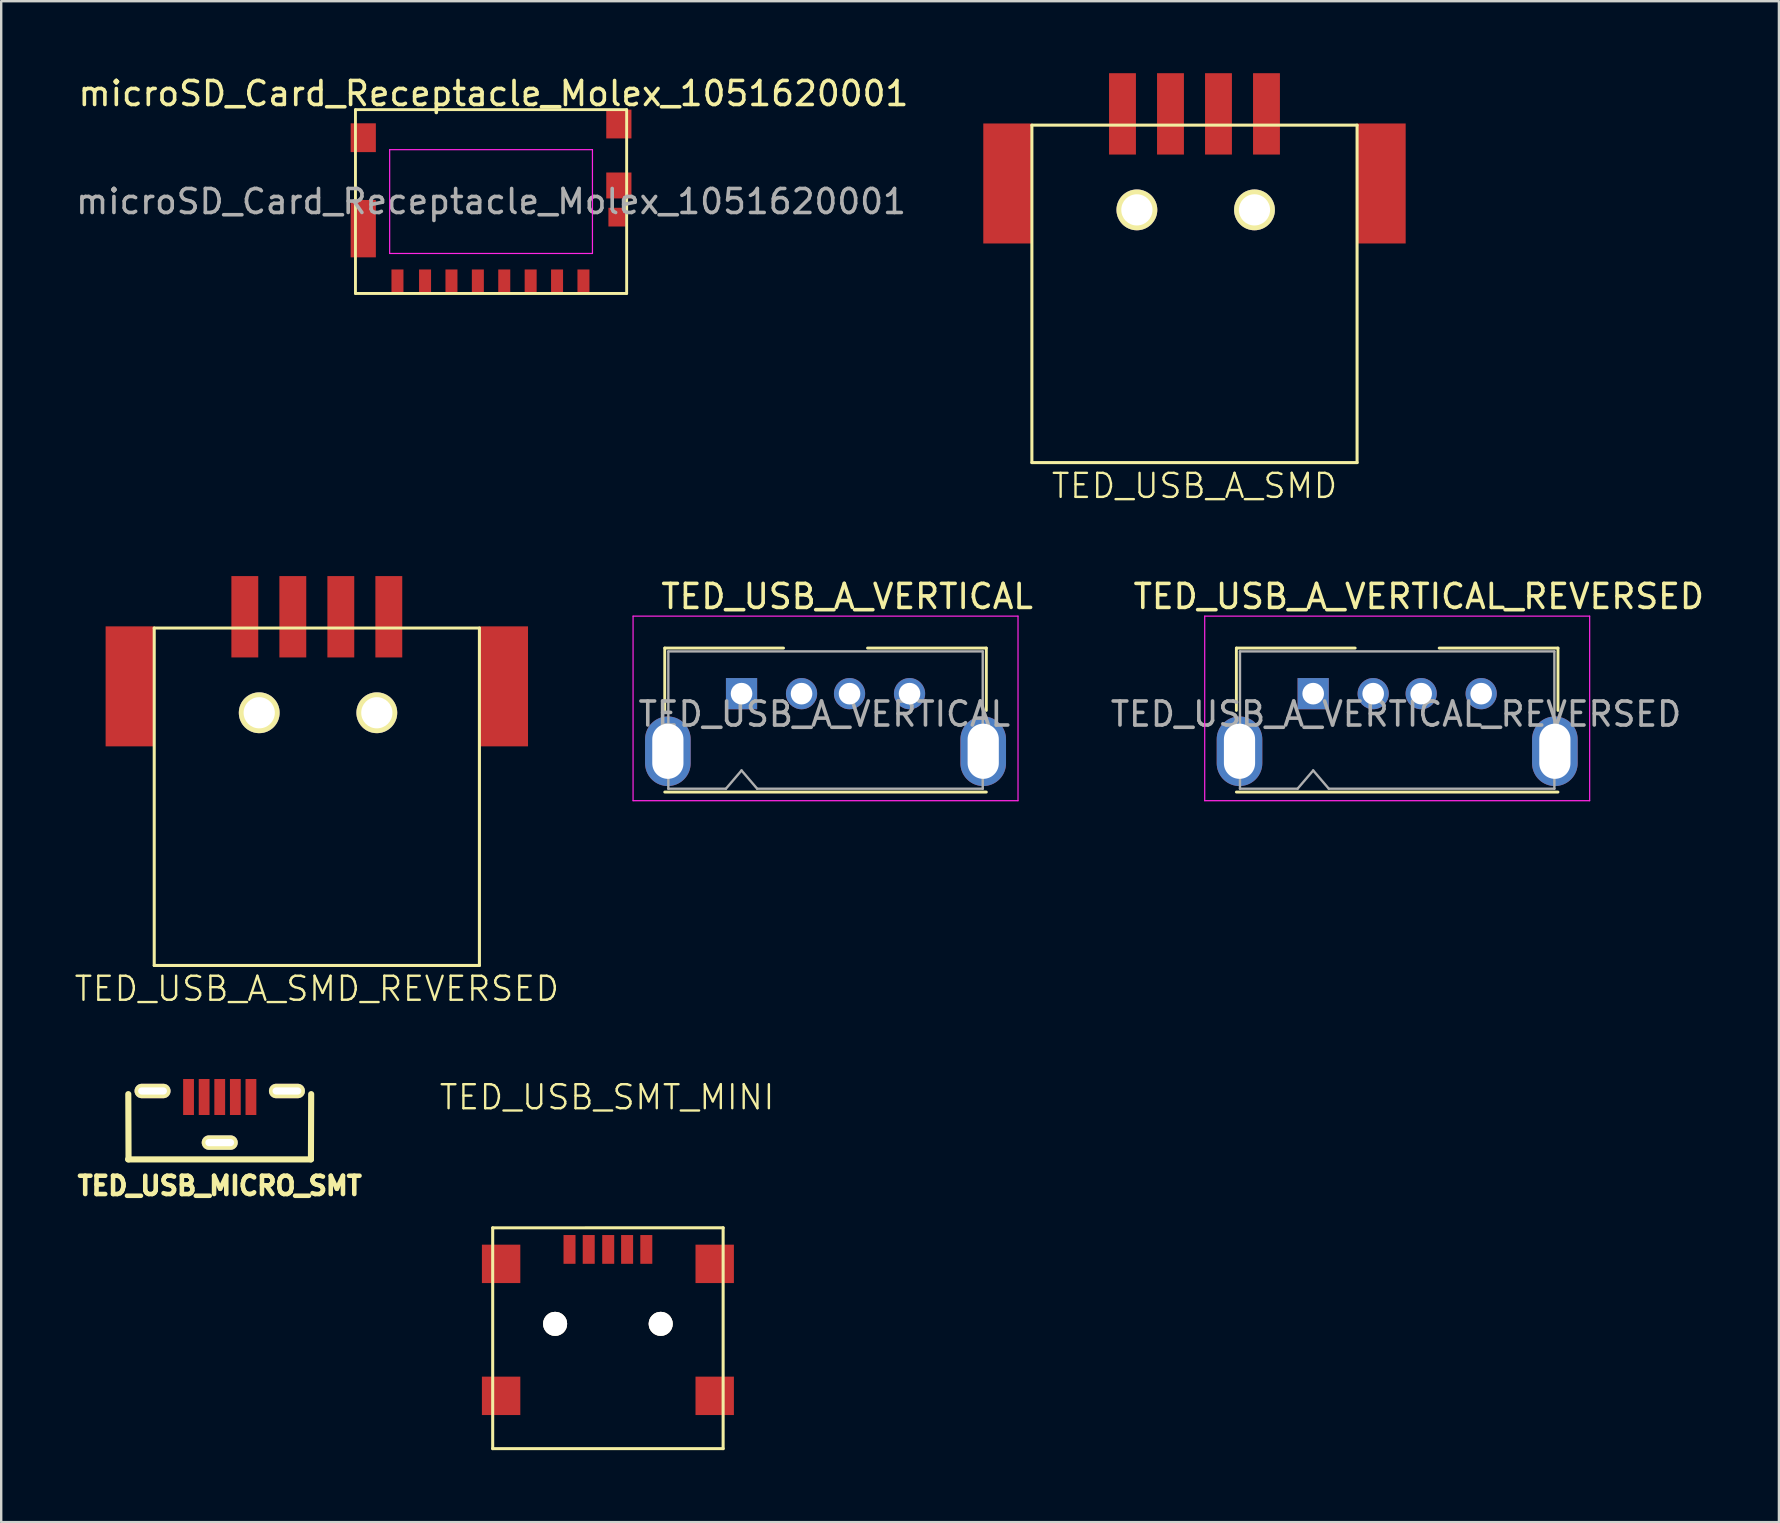
<source format=kicad_pcb>
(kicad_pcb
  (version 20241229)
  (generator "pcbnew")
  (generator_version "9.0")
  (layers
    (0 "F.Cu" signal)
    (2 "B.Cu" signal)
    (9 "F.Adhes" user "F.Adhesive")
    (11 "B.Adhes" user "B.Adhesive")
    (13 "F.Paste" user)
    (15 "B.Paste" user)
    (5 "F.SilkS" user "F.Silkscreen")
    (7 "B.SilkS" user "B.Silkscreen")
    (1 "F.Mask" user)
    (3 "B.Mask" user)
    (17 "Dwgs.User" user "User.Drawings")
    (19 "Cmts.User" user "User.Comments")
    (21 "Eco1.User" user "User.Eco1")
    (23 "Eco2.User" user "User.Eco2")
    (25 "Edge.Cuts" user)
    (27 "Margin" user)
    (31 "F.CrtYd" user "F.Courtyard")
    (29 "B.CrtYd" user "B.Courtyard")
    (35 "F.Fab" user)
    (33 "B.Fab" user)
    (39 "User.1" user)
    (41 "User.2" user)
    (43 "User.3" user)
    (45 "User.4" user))
  (footprint "TED_USB_A_SMD"
    (layer "F.Cu")
    (at 46.721 9.195)
    (property "Reference" "TED_USB_A_SMD" (at 0 8 0) (layer "F.SilkS") (effects (font (size 1.001 1.001) (thickness 0.099))))
    (attr through_hole)
    (fp_line (start -6.775 -7.03) (end -6.775 7.03) (stroke (width 0.127) (type solid)) (layer "F.SilkS"))
    (fp_line (start -6.775 -7.03) (end 6.775 -7.03) (stroke (width 0.127) (type solid)) (layer "F.SilkS"))
    (fp_line (start 6.775 -7.03) (end 6.775 7.03) (stroke (width 0.127) (type solid)) (layer "F.SilkS"))
    (fp_line (start 6.775 7.03) (end -6.775 7.03) (stroke (width 0.127) (type solid)) (layer "F.SilkS"))
    (pad "" np_thru_hole circle (at -2.4 -3.5) (size 1.7 1.7) (drill 1.3) (layers "*.Cu" "*.Mask" "F.SilkS"))
    (pad "" np_thru_hole circle (at 2.5 -3.5) (size 1.7 1.7) (drill 1.3) (layers "*.Cu" "*.Mask" "F.SilkS"))
    (pad "1" smd rect (at -3 -7.5) (size 1.12 3.39) (layers "F.Cu" "F.Mask" "F.Paste"))
    (pad "2" smd rect (at -1 -7.5) (size 1.12 3.39) (layers "F.Cu" "F.Mask" "F.Paste"))
    (pad "3" smd rect (at 1 -7.5) (size 1.12 3.39) (layers "F.Cu" "F.Mask" "F.Paste"))
    (pad "4" smd rect (at 3 -7.5) (size 1.12 3.39) (layers "F.Cu" "F.Mask" "F.Paste"))
    (pad "5" smd rect (at -7.8 -4.6) (size 2 5) (layers "F.Cu" "F.Mask" "F.Paste"))
    (pad "5" smd rect (at 7.8 -4.6) (size 2 5) (layers "F.Cu" "F.Mask" "F.Paste")))
  (footprint "TED_USB_A_VERTICAL_REVERSED"
    (layer "F.Cu")
    (at 55.167 26.853)
    (property "Reference" "TED_USB_A_VERTICAL_REVERSED" (at 0.9 -5.05 0) (layer "F.SilkS") (effects (font (size 1 1) (thickness 0.15))))
    (attr through_hole)
    (fp_line (start -6.7 -2.9) (end -6.7 -0.3) (stroke (width 0.12) (type solid)) (layer "F.SilkS"))
    (fp_line (start -6.7 -2.9) (end -1.75 -2.9) (stroke (width 0.12) (type solid)) (layer "F.SilkS"))
    (fp_line (start 6.7 -2.9) (end 1.75 -2.9) (stroke (width 0.12) (type solid)) (layer "F.SilkS"))
    (fp_line (start 6.7 -2.9) (end 6.7 -0.3) (stroke (width 0.12) (type solid)) (layer "F.SilkS"))
    (fp_line (start 6.7 3.1) (end -6.7 3.1) (stroke (width 0.12) (type solid)) (layer "F.SilkS"))
    (fp_line (start -8.02 -4.23) (end 8.02 -4.23) (stroke (width 0.05) (type solid)) (layer "F.CrtYd"))
    (fp_line (start -8.02 3.46) (end -8.02 -4.23) (stroke (width 0.05) (type solid)) (layer "F.CrtYd"))
    (fp_line (start 8.02 -4.23) (end 8.02 3.46) (stroke (width 0.05) (type solid)) (layer "F.CrtYd"))
    (fp_line (start 8.02 3.46) (end -8.02 3.46) (stroke (width 0.05) (type solid)) (layer "F.CrtYd"))
    (fp_line (start -6.55 -2.76) (end 6.55 -2.76) (stroke (width 0.1) (type solid)) (layer "F.Fab"))
    (fp_line (start -6.55 2.96) (end -6.55 -2.76) (stroke (width 0.1) (type solid)) (layer "F.Fab"))
    (fp_line (start -4.15 2.96) (end -6.55 2.96) (stroke (width 0.1) (type solid)) (layer "F.Fab"))
    (fp_line (start -4.15 2.96) (end -3.5 2.2) (stroke (width 0.1) (type solid)) (layer "F.Fab"))
    (fp_line (start -3.5 2.2) (end -2.85 2.96) (stroke (width 0.1) (type solid)) (layer "F.Fab"))
    (fp_line (start 6.55 -2.76) (end 6.55 2.96) (stroke (width 0.1) (type solid)) (layer "F.Fab"))
    (fp_line (start 6.55 2.96) (end -2.85 2.96) (stroke (width 0.1) (type solid)) (layer "F.Fab"))
    (fp_text user "${REFERENCE}" (at -0.05 -0.15 0) (layer "F.Fab") (effects (font (size 1 1) (thickness 0.15))))
    (pad "1" thru_hole circle (at 3.5 -1) (size 1.3 1.3) (drill 0.9) (layers "*.Cu" "*.Mask"))
    (pad "2" thru_hole circle (at 1 -1) (size 1.3 1.3) (drill 0.9) (layers "*.Cu" "*.Mask"))
    (pad "3" thru_hole circle (at -1 -1) (size 1.3 1.3) (drill 0.9) (layers "*.Cu" "*.Mask"))
    (pad "4" thru_hole rect (at -3.5 -1) (size 1.3 1.3) (drill 0.9) (layers "*.Cu" "*.Mask"))
    (pad "5" thru_hole oval (at -6.57 1.4 180) (size 1.9 2.9) (drill oval 1.3 2.3) (layers "*.Cu" "*.Mask"))
    (pad "5" thru_hole oval (at 6.57 1.4) (size 1.9 2.9) (drill oval 1.3 2.3) (layers "*.Cu" "*.Mask")))
  (footprint "TED_USB_SMT_MINI"
    (layer "F.Cu")
    (at 22.28 52.711)
    (property "Reference" "TED_USB_SMT_MINI" (at -0.038 -10.043 0) (layer "F.SilkS") (effects (font (size 1.001 1.001) (thickness 0.099))))
    (attr through_hole)
    (fp_line (start -4.801 -4.6) (end 4.801 -4.602) (stroke (width 0.127) (type solid)) (layer "F.SilkS"))
    (fp_line (start -4.801 4.6) (end -4.801 -4.6) (stroke (width 0.127) (type solid)) (layer "F.SilkS"))
    (fp_line (start 4.801 -4.602) (end 4.801 4.6) (stroke (width 0.127) (type solid)) (layer "F.SilkS"))
    (fp_line (start 4.801 4.6) (end -4.801 4.6) (stroke (width 0.127) (type solid)) (layer "F.SilkS"))
    (pad "" thru_hole circle (at -2.2 -0.599) (size 1.001 1.001) (drill 1.001) (layers "*.Cu" "*.Mask" "F.SilkS"))
    (pad "" thru_hole circle (at 2.2 -0.599) (size 1.001 1.001) (drill 1.001) (layers "*.Cu" "*.Mask" "F.SilkS"))
    (pad "1" smd rect (at -1.6 -3.701) (size 0.5 1.199) (layers "F.Cu" "F.Mask" "F.Paste"))
    (pad "2" smd rect (at -0.8 -3.701) (size 0.5 1.199) (layers "F.Cu" "F.Mask" "F.Paste"))
    (pad "3" smd rect (at 0.013 -3.701) (size 0.5 1.199) (layers "F.Cu" "F.Mask" "F.Paste"))
    (pad "4" smd rect (at 0.8 -3.701) (size 0.5 1.199) (layers "F.Cu" "F.Mask" "F.Paste"))
    (pad "5" smd rect (at 1.6 -3.701) (size 0.5 1.199) (layers "F.Cu" "F.Mask" "F.Paste"))
    (pad "GP" smd rect (at -4.45 -3.099) (size 1.6 1.6) (layers "F.Cu" "F.Mask" "F.Paste"))
    (pad "GP" smd rect (at -4.45 2.4) (size 1.6 1.6) (layers "F.Cu" "F.Mask" "F.Paste"))
    (pad "GP" smd rect (at 4.45 -3.099) (size 1.6 1.6) (layers "F.Cu" "F.Mask" "F.Paste"))
    (pad "GP" smd rect (at 4.45 2.4) (size 1.6 1.6) (layers "F.Cu" "F.Mask" "F.Paste")))
  (footprint "microSD_Card_Receptacle_Molex_1051620001"
    (layer "F.Cu")
    (at 17.411 5.348)
    (property "Reference" "microSD_Card_Receptacle_Molex_1051620001" (at 0.1 -4.5 0) (layer "F.SilkS") (effects (font (size 1 1) (thickness 0.15))))
    (attr smd)
    (fp_line (start -5.65 -3.83) (end -5.65 3.83) (stroke (width 0.12) (type solid)) (layer "F.SilkS"))
    (fp_line (start -5.65 -3.83) (end 5.65 -3.83) (stroke (width 0.12) (type solid)) (layer "F.SilkS"))
    (fp_line (start 5.65 -3.83) (end 5.65 3.83) (stroke (width 0.12) (type solid)) (layer "F.SilkS"))
    (fp_line (start 5.65 3.83) (end -5.65 3.83) (stroke (width 0.12) (type solid)) (layer "F.SilkS"))
    (fp_line (start -4.225 -2.163) (end -4.225 2.163) (stroke (width 0.05) (type solid)) (layer "F.CrtYd"))
    (fp_line (start 4.225 -2.163) (end -4.225 -2.163) (stroke (width 0.05) (type solid)) (layer "F.CrtYd"))
    (fp_line (start 4.225 -2.163) (end 4.225 2.163) (stroke (width 0.05) (type solid)) (layer "F.CrtYd"))
    (fp_line (start 4.225 2.163) (end -4.225 2.163) (stroke (width 0.05) (type solid)) (layer "F.CrtYd"))
    (fp_text user "${REFERENCE}" (at 0 0 0) (layer "F.Fab") (effects (font (size 1 1) (thickness 0.15))))
    (pad "1" smd rect (at 3.85 3.33) (size 0.5 1) (layers "F.Cu" "F.Mask" "F.Paste"))
    (pad "2" smd rect (at 2.75 3.33) (size 0.5 1) (layers "F.Cu" "F.Mask" "F.Paste"))
    (pad "3" smd rect (at 1.65 3.33) (size 0.5 1) (layers "F.Cu" "F.Mask" "F.Paste"))
    (pad "4" smd rect (at 0.55 3.33) (size 0.5 1) (layers "F.Cu" "F.Mask" "F.Paste"))
    (pad "5" smd rect (at -0.55 3.33) (size 0.5 1) (layers "F.Cu" "F.Mask" "F.Paste"))
    (pad "6" smd rect (at -1.65 3.33) (size 0.5 1) (layers "F.Cu" "F.Mask" "F.Paste"))
    (pad "7" smd rect (at -2.75 3.33) (size 0.5 1) (layers "F.Cu" "F.Mask" "F.Paste"))
    (pad "8" smd rect (at -3.9 3.33) (size 0.5 1) (layers "F.Cu" "F.Mask" "F.Paste"))
    (pad "9" smd rect (at 5.25 0.65) (size 0.72 0.78) (layers "F.Cu" "F.Mask" "F.Paste"))
    (pad "10" smd rect (at -5.325 -2.66) (size 1.05 1.2) (layers "F.Cu" "F.Mask" "F.Paste"))
    (pad "10" smd rect (at -5.325 1.13) (size 1.05 2.39) (layers "F.Cu" "F.Mask" "F.Paste"))
    (pad "10" smd rect (at 5.325 -3.23) (size 1.05 1.2) (layers "F.Cu" "F.Mask" "F.Paste"))
    (pad "10" smd rect (at 5.325 -0.67) (size 1.05 1.08) (layers "F.Cu" "F.Mask" "F.Paste")))
  (footprint "TED_USB_MICRO_SMT"
    (layer "F.Cu")
    (at 6.106 42.409)
    (property "Reference" "TED_USB_MICRO_SMT" (at 0 3.95 0) (layer "F.SilkS") (effects (font (size 0.762 0.762) (thickness 0.191))))
    (attr through_hole)
    (fp_line (start -3.8 2.85) (end -3.81 0.13) (stroke (width 0.254) (type solid)) (layer "F.SilkS"))
    (fp_line (start 3.8 2.85) (end -3.82 2.85) (stroke (width 0.254) (type solid)) (layer "F.SilkS"))
    (fp_line (start 3.81 0.13) (end 3.8 2.85) (stroke (width 0.254) (type solid)) (layer "F.SilkS"))
    (pad "" np_thru_hole oval (at -2.8 0) (size 1.5 0.6) (drill oval 1.2 0.3) (layers "*.Cu" "*.Mask" "F.SilkS"))
    (pad "" np_thru_hole oval (at 0 2.15) (size 1.5 0.6) (drill oval 1.2 0.3) (layers "*.Cu" "*.Mask" "F.SilkS"))
    (pad "" np_thru_hole oval (at 2.8 0) (size 1.5 0.6) (drill oval 1.2 0.3) (layers "*.Cu" "*.Mask" "F.SilkS"))
    (pad "1" smd rect (at 1.3 0.25) (size 0.45 1.5) (layers "F.Cu" "F.Mask" "F.Paste"))
    (pad "2" smd rect (at 0.65 0.25) (size 0.45 1.5) (layers "F.Cu" "F.Mask" "F.Paste"))
    (pad "3" smd rect (at 0 0.25) (size 0.45 1.5) (layers "F.Cu" "F.Mask" "F.Paste"))
    (pad "4" smd rect (at -0.65 0.25) (size 0.45 1.5) (layers "F.Cu" "F.Mask" "F.Paste"))
    (pad "5" smd rect (at -1.3 0.25) (size 0.45 1.5) (layers "F.Cu" "F.Mask" "F.Paste")))
  (footprint "TED_USB_A_VERTICAL"
    (layer "F.Cu")
    (at 31.348 26.853)
    (property "Reference" "TED_USB_A_VERTICAL" (at 0.9 -5.05 0) (layer "F.SilkS") (effects (font (size 1 1) (thickness 0.15))))
    (attr through_hole)
    (fp_line (start -6.7 -2.9) (end -6.7 -0.3) (stroke (width 0.12) (type solid)) (layer "F.SilkS"))
    (fp_line (start -6.7 -2.9) (end -1.75 -2.9) (stroke (width 0.12) (type solid)) (layer "F.SilkS"))
    (fp_line (start 6.7 -2.9) (end 1.75 -2.9) (stroke (width 0.12) (type solid)) (layer "F.SilkS"))
    (fp_line (start 6.7 -2.9) (end 6.7 -0.3) (stroke (width 0.12) (type solid)) (layer "F.SilkS"))
    (fp_line (start 6.7 3.1) (end -6.7 3.1) (stroke (width 0.12) (type solid)) (layer "F.SilkS"))
    (fp_line (start -8.02 -4.23) (end 8.02 -4.23) (stroke (width 0.05) (type solid)) (layer "F.CrtYd"))
    (fp_line (start -8.02 3.46) (end -8.02 -4.23) (stroke (width 0.05) (type solid)) (layer "F.CrtYd"))
    (fp_line (start 8.02 -4.23) (end 8.02 3.46) (stroke (width 0.05) (type solid)) (layer "F.CrtYd"))
    (fp_line (start 8.02 3.46) (end -8.02 3.46) (stroke (width 0.05) (type solid)) (layer "F.CrtYd"))
    (fp_line (start -6.55 -2.76) (end 6.55 -2.76) (stroke (width 0.1) (type solid)) (layer "F.Fab"))
    (fp_line (start -6.55 2.96) (end -6.55 -2.76) (stroke (width 0.1) (type solid)) (layer "F.Fab"))
    (fp_line (start -4.15 2.96) (end -6.55 2.96) (stroke (width 0.1) (type solid)) (layer "F.Fab"))
    (fp_line (start -4.15 2.96) (end -3.5 2.2) (stroke (width 0.1) (type solid)) (layer "F.Fab"))
    (fp_line (start -3.5 2.2) (end -2.85 2.96) (stroke (width 0.1) (type solid)) (layer "F.Fab"))
    (fp_line (start 6.55 -2.76) (end 6.55 2.96) (stroke (width 0.1) (type solid)) (layer "F.Fab"))
    (fp_line (start 6.55 2.96) (end -2.85 2.96) (stroke (width 0.1) (type solid)) (layer "F.Fab"))
    (fp_text user "${REFERENCE}" (at -0.05 -0.15 0) (layer "F.Fab") (effects (font (size 1 1) (thickness 0.15))))
    (pad "1" thru_hole rect (at -3.5 -1) (size 1.3 1.3) (drill 0.9) (layers "*.Cu" "*.Mask"))
    (pad "2" thru_hole circle (at -1 -1) (size 1.3 1.3) (drill 0.9) (layers "*.Cu" "*.Mask"))
    (pad "3" thru_hole circle (at 1 -1) (size 1.3 1.3) (drill 0.9) (layers "*.Cu" "*.Mask"))
    (pad "4" thru_hole circle (at 3.5 -1) (size 1.3 1.3) (drill 0.9) (layers "*.Cu" "*.Mask"))
    (pad "5" thru_hole oval (at -6.57 1.4 180) (size 1.9 2.9) (drill oval 1.3 2.3) (layers "*.Cu" "*.Mask"))
    (pad "5" thru_hole oval (at 6.57 1.4) (size 1.9 2.9) (drill oval 1.3 2.3) (layers "*.Cu" "*.Mask")))
  (footprint "TED_USB_A_SMD_REVERSED"
    (layer "F.Cu")
    (at 10.151 30.149)
    (property "Reference" "TED_USB_A_SMD_REVERSED" (at 0 8 0) (layer "F.SilkS") (effects (font (size 1.001 1.001) (thickness 0.099))))
    (attr through_hole)
    (fp_line (start -6.775 -7.03) (end -6.775 7.03) (stroke (width 0.127) (type solid)) (layer "F.SilkS"))
    (fp_line (start -6.775 -7.03) (end 6.775 -7.03) (stroke (width 0.127) (type solid)) (layer "F.SilkS"))
    (fp_line (start 6.775 -7.03) (end 6.775 7.03) (stroke (width 0.127) (type solid)) (layer "F.SilkS"))
    (fp_line (start 6.775 7.03) (end -6.775 7.03) (stroke (width 0.127) (type solid)) (layer "F.SilkS"))
    (pad "" np_thru_hole circle (at -2.4 -3.5) (size 1.7 1.7) (drill 1.3) (layers "*.Cu" "*.Mask" "F.SilkS"))
    (pad "" np_thru_hole circle (at 2.5 -3.5) (size 1.7 1.7) (drill 1.3) (layers "*.Cu" "*.Mask" "F.SilkS"))
    (pad "1" smd rect (at 3 -7.5) (size 1.12 3.39) (layers "F.Cu" "F.Mask" "F.Paste"))
    (pad "2" smd rect (at 1 -7.5) (size 1.12 3.39) (layers "F.Cu" "F.Mask" "F.Paste"))
    (pad "3" smd rect (at -1 -7.5) (size 1.12 3.39) (layers "F.Cu" "F.Mask" "F.Paste"))
    (pad "4" smd rect (at -3 -7.5) (size 1.12 3.39) (layers "F.Cu" "F.Mask" "F.Paste"))
    (pad "5" smd rect (at -7.8 -4.6) (size 2 5) (layers "F.Cu" "F.Mask" "F.Paste"))
    (pad "5" smd rect (at 7.8 -4.6) (size 2 5) (layers "F.Cu" "F.Mask" "F.Paste")))
  (gr_rect
    (start -3 -3)
    (end 71.073 60.374)
    (stroke (width 0.1) (type default))
    (fill no)
    (layer "Edge.Cuts")))
</source>
